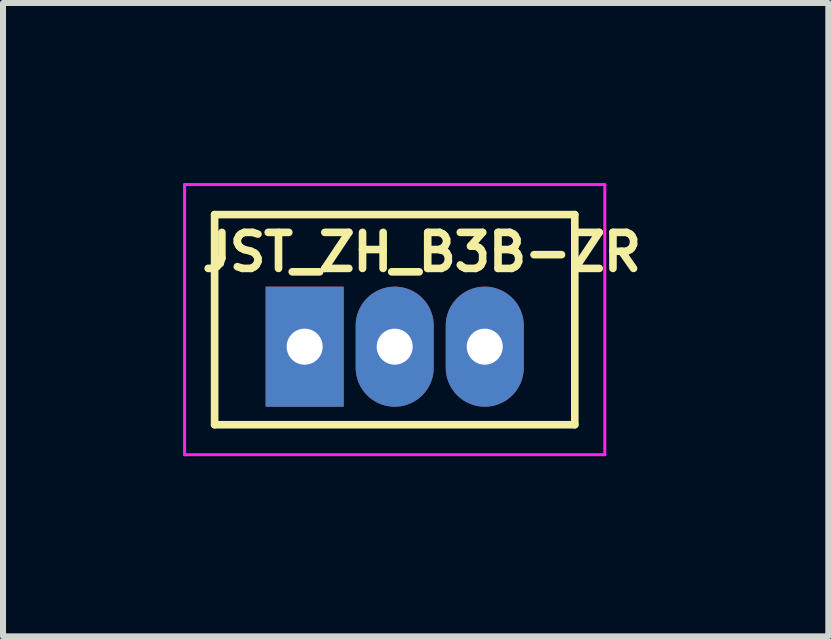
<source format=kicad_pcb>
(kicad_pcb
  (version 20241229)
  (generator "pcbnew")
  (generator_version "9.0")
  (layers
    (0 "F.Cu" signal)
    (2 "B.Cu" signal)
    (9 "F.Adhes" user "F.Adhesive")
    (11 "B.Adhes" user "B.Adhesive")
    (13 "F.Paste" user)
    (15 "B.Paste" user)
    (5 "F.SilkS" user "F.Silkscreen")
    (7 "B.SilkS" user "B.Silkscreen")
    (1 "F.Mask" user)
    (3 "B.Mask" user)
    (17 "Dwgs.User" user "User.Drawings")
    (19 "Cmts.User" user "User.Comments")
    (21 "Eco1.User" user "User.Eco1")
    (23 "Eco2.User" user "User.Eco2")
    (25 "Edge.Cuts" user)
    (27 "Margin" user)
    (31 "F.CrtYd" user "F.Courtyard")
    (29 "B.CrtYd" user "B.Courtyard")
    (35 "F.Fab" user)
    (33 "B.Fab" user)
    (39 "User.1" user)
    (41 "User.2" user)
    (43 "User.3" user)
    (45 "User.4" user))
  (footprint "JST_ZH_B3B-ZR"
    (layer "F.Cu")
    (at 3.575 2.275)
    (property "Reference" "JST_ZH_B3B-ZR" (at 0.4 -1.125 0) (layer "F.SilkS") (effects (font (size 0.6 0.6) (thickness 0.127))))
    (attr through_hole)
    (fp_line (start -3.05 -1.75) (end -3.05 1.75) (stroke (width 0.127) (type solid)) (layer "F.SilkS"))
    (fp_line (start -3.05 -1.75) (end 2.95 -1.75) (stroke (width 0.127) (type solid)) (layer "F.SilkS"))
    (fp_line (start -3.05 1.75) (end 2.95 1.75) (stroke (width 0.127) (type solid)) (layer "F.SilkS"))
    (fp_line (start 2.95 1.75) (end 2.95 -1.75) (stroke (width 0.127) (type solid)) (layer "F.SilkS"))
    (fp_line (start -3.55 -2.25) (end 3.45 -2.25) (stroke (width 0.05) (type solid)) (layer "F.CrtYd"))
    (fp_line (start -3.55 2.25) (end -3.55 -2.25) (stroke (width 0.05) (type solid)) (layer "F.CrtYd"))
    (fp_line (start 3.45 -2.25) (end 3.45 2.25) (stroke (width 0.05) (type solid)) (layer "F.CrtYd"))
    (fp_line (start 3.45 2.25) (end -3.55 2.25) (stroke (width 0.05) (type solid)) (layer "F.CrtYd"))
    (pad "1" thru_hole rect (at -1.55 0.45) (size 1.3 2) (drill 0.6) (layers "*.Cu" "*.Mask"))
    (pad "2" thru_hole oval (at -0.05 0.45) (size 1.3 2) (drill 0.6) (layers "*.Cu" "*.Mask"))
    (pad "3" thru_hole oval (at 1.45 0.45) (size 1.3 2) (drill 0.6) (layers "*.Cu" "*.Mask")))
  (gr_rect
    (start -3 -3)
    (end 10.748 7.55)
    (stroke (width 0.1) (type default))
    (fill no)
    (layer "Edge.Cuts")))
</source>
